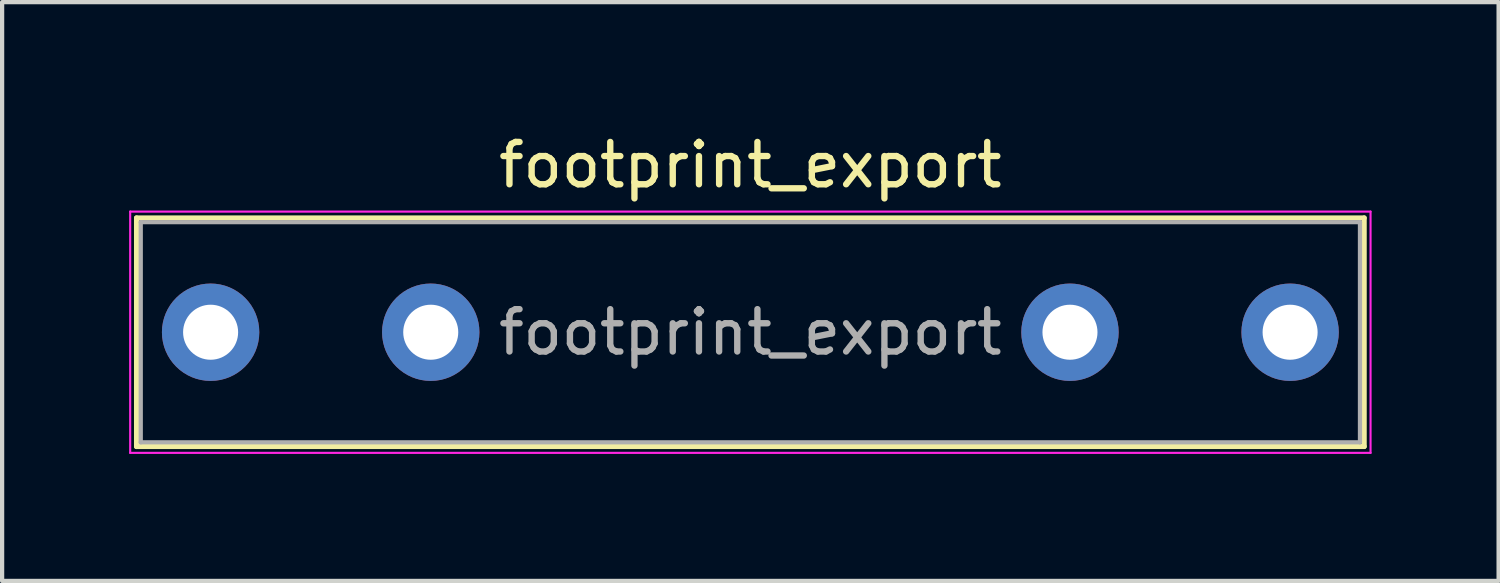
<source format=kicad_pcb>
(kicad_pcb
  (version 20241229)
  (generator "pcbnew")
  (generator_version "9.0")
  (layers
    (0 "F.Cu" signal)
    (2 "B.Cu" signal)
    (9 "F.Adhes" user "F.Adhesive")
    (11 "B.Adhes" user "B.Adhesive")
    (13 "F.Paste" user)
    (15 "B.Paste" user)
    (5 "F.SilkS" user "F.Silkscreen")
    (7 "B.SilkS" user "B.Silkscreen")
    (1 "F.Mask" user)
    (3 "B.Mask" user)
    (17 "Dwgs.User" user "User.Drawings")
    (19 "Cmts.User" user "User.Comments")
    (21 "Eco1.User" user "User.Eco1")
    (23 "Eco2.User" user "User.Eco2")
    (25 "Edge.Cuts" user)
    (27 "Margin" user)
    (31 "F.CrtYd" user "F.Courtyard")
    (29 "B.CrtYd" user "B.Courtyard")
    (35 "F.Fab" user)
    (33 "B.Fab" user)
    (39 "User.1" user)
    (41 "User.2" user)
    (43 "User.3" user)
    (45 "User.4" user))
  (footprint "footprint_export"
    (layer "F.Cu")
    (at 1.925 4.798)
    (property "Reference" "footprint_export" (at 12.75 -3.95 0) (unlocked yes) (layer "F.SilkS") (effects (font (size 1 1) (thickness 0.15))))
    (attr through_hole)
    (fp_line (start -1.75 -2.7) (end 27.25 -2.7) (stroke (width 0.12) (type solid)) (layer "F.SilkS"))
    (fp_line (start -1.75 2.7) (end -1.75 -2.7) (stroke (width 0.12) (type solid)) (layer "F.SilkS"))
    (fp_line (start 27.25 -2.7) (end 27.25 2.7) (stroke (width 0.12) (type solid)) (layer "F.SilkS"))
    (fp_line (start 27.25 2.7) (end -1.75 2.7) (stroke (width 0.12) (type solid)) (layer "F.SilkS"))
    (fp_line (start -1.9 -2.85) (end 27.4 -2.85) (stroke (width 0.05) (type solid)) (layer "F.CrtYd"))
    (fp_line (start -1.9 2.85) (end -1.9 -2.85) (stroke (width 0.05) (type solid)) (layer "F.CrtYd"))
    (fp_line (start 27.4 -2.85) (end 27.4 2.85) (stroke (width 0.05) (type solid)) (layer "F.CrtYd"))
    (fp_line (start 27.4 2.85) (end -1.9 2.85) (stroke (width 0.05) (type solid)) (layer "F.CrtYd"))
    (fp_line (start -1.65 -2.6) (end 27.15 -2.6) (stroke (width 0.1) (type solid)) (layer "F.Fab"))
    (fp_line (start -1.65 2.6) (end -1.65 -2.6) (stroke (width 0.1) (type solid)) (layer "F.Fab"))
    (fp_line (start 27.15 -2.6) (end 27.15 2.6) (stroke (width 0.1) (type solid)) (layer "F.Fab"))
    (fp_line (start 27.15 2.6) (end -1.65 2.6) (stroke (width 0.1) (type solid)) (layer "F.Fab"))
    (fp_text user "${REFERENCE}" (at 12.75 0 0) (unlocked yes) (layer "F.Fab") (effects (font (size 1 1) (thickness 0.15))))
    (pad "1" thru_hole circle (at 0 0) (size 2.3 2.3) (drill 1.3) (layers "*.Cu" "*.Mask"))
    (pad "1" thru_hole circle (at 5.2 0) (size 2.3 2.3) (drill 1.3) (layers "*.Cu" "*.Mask"))
    (pad "2" thru_hole circle (at 20.3 0) (size 2.3 2.3) (drill 1.3) (layers "*.Cu" "*.Mask"))
    (pad "2" thru_hole circle (at 25.5 0) (size 2.3 2.3) (drill 1.3) (layers "*.Cu" "*.Mask")))
  (gr_rect
    (start -3 -3)
    (end 32.35 10.673)
    (stroke (width 0.1) (type default))
    (fill no)
    (layer "Edge.Cuts")))
</source>
